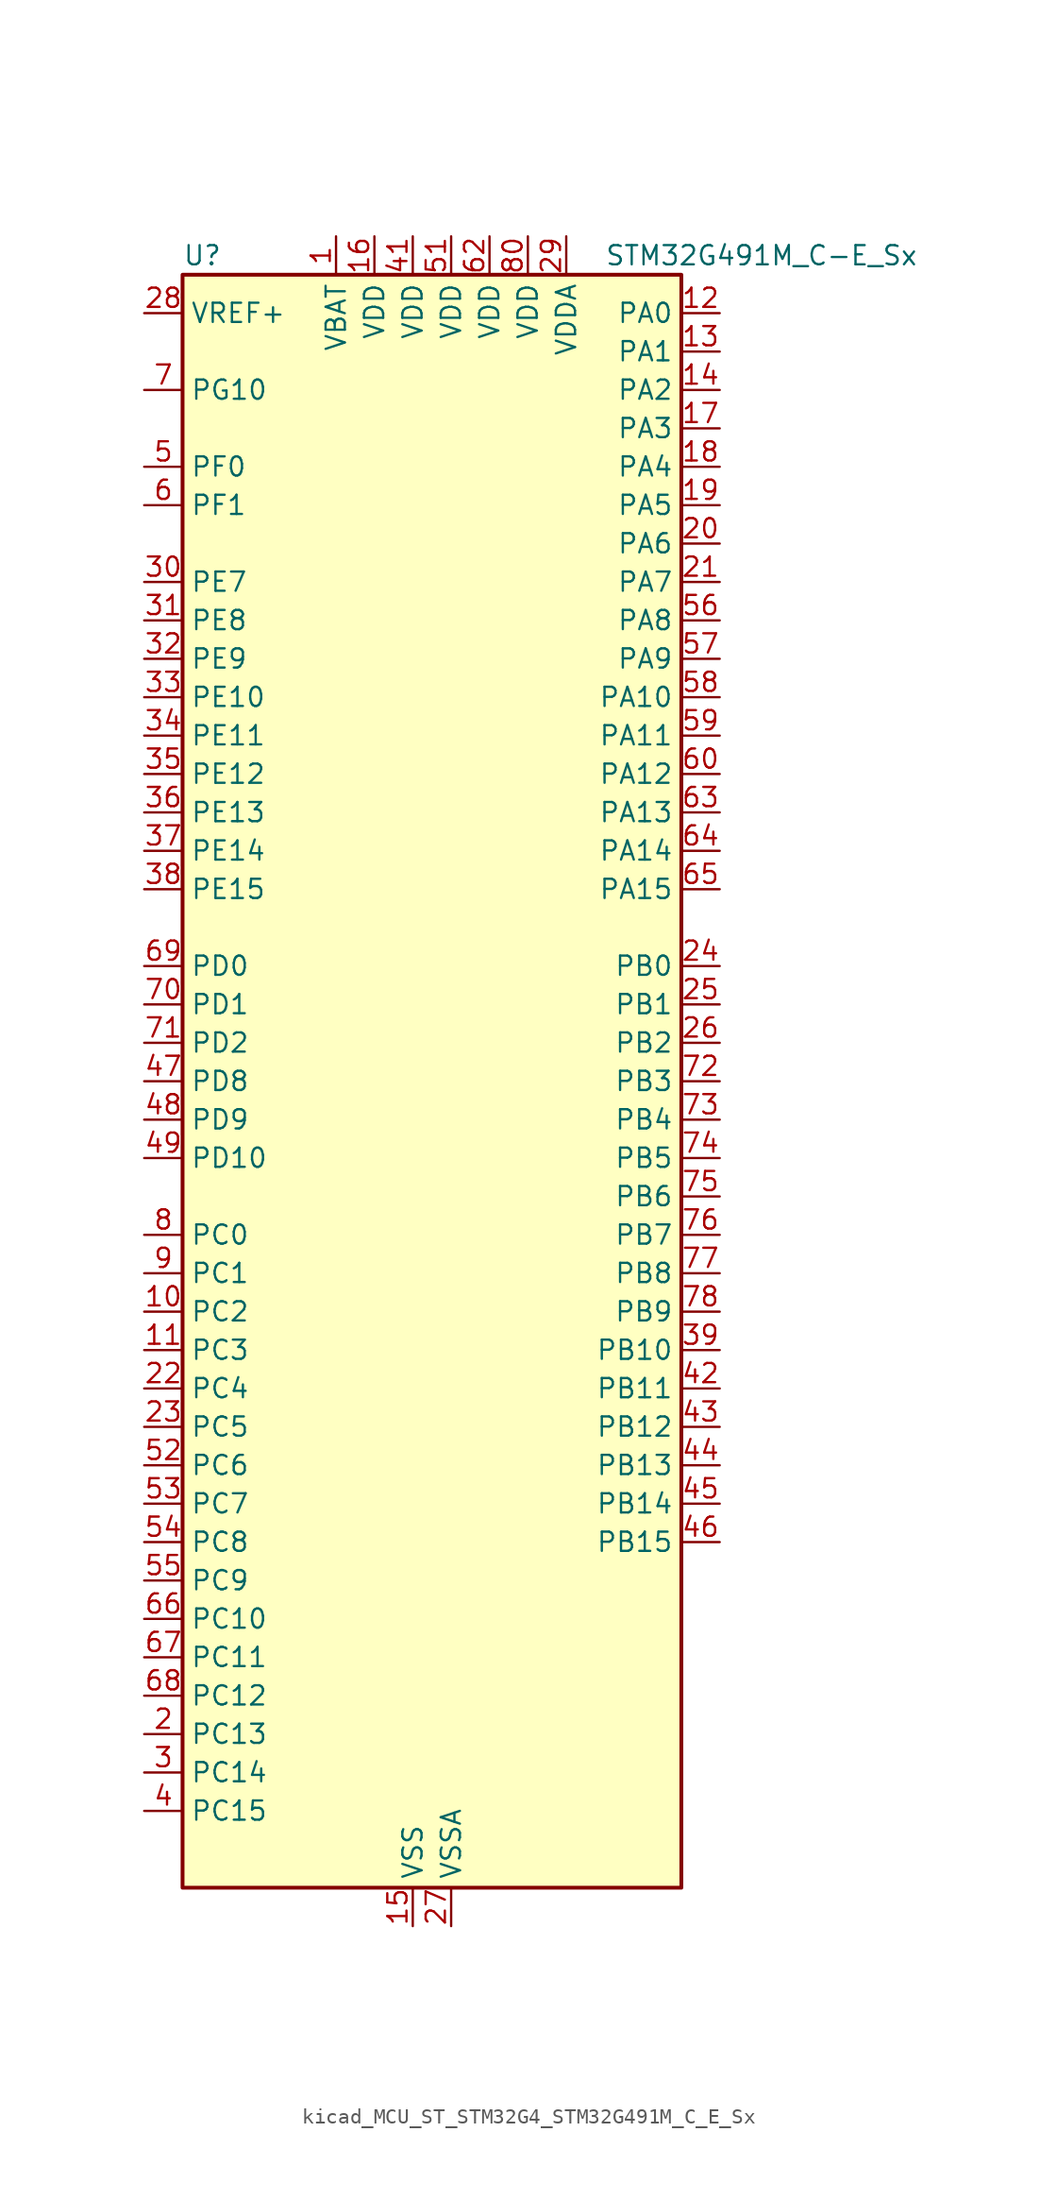
<source format=kicad_sym>
(kicad_symbol_lib
  (version 20220914)
  (generator kicad_symbol_editor)
  (symbol "kicad_MCU_ST_STM32G4_STM32G491M_C_E_Sx"
    (property "Reference" "U"
      (at -15.24 54.61 0)
      (effects (font (size 1.27 1.27)) (justify left)))
    (property "Value" "STM32G491M_C-E_Sx"
      (at 12.7 54.61 0)
      (effects (font (size 1.27 1.27)) (justify left)))
    (property "ki_locked" ""
      (at 0 0 0)
      (effects (font (size 1.27 1.27))))
    (symbol "kicad_MCU_ST_STM32G4_STM32G491M_C_E_Sx_0_1"
      (rectangle (start -15.24 -53.34) (end 17.78 53.34) (stroke (width 0.254) (type default)) (fill (type background))))
    (symbol "kicad_MCU_ST_STM32G4_STM32G491M_C_E_Sx_1_1"
      (pin power_in line (at -5.08 55.88 270) (length 2.54) (name "VBAT" (effects (font (size 1.27 1.27)))) (number "1" (effects (font (size 1.27 1.27)))))
      (pin bidirectional line (at -17.78 -15.24 0) (length 2.54) (name "PC2" (effects (font (size 1.27 1.27)))) (number "10" (effects (font (size 1.27 1.27)))) (alternate "ADC1_IN8" bidirectional line) (alternate "ADC2_IN8" bidirectional line) (alternate "ADC3_EXTI2" bidirectional line) (alternate "COMP3_OUT" bidirectional line) (alternate "LPTIM1_IN2" bidirectional line) (alternate "QUADSPI1_BK2_IO1" bidirectional line) (alternate "TIM1_CH3" bidirectional line) (alternate "TIM20_CH2" bidirectional line))
      (pin bidirectional line (at -17.78 -17.78 0) (length 2.54) (name "PC3" (effects (font (size 1.27 1.27)))) (number "11" (effects (font (size 1.27 1.27)))) (alternate "ADC1_IN9" bidirectional line) (alternate "ADC2_IN9" bidirectional line) (alternate "ADC3_EXTI3" bidirectional line) (alternate "LPTIM1_ETR" bidirectional line) (alternate "QUADSPI1_BK2_IO2" bidirectional line) (alternate "SAI1_D1" bidirectional line) (alternate "SAI1_SD_A" bidirectional line) (alternate "TIM1_BKIN2" bidirectional line) (alternate "TIM1_CH4" bidirectional line))
      (pin bidirectional line (at 20.32 50.8 180) (length 2.54) (name "PA0" (effects (font (size 1.27 1.27)))) (number "12" (effects (font (size 1.27 1.27)))) (alternate "ADC1_IN1" bidirectional line) (alternate "ADC2_IN1" bidirectional line) (alternate "COMP1_INM" bidirectional line) (alternate "COMP1_OUT" bidirectional line) (alternate "COMP3_INP" bidirectional line) (alternate "RTC_TAMP2" bidirectional line) (alternate "SYS_WKUP1" bidirectional line) (alternate "TIM2_CH1" bidirectional line) (alternate "TIM2_ETR" bidirectional line) (alternate "TIM8_BKIN" bidirectional line) (alternate "TIM8_ETR" bidirectional line) (alternate "USART2_CTS" bidirectional line) (alternate "USART2_NSS" bidirectional line))
      (pin bidirectional line (at 20.32 48.26 180) (length 2.54) (name "PA1" (effects (font (size 1.27 1.27)))) (number "13" (effects (font (size 1.27 1.27)))) (alternate "ADC1_IN2" bidirectional line) (alternate "ADC2_IN2" bidirectional line) (alternate "COMP1_INP" bidirectional line) (alternate "OPAMP1_VINP" bidirectional line) (alternate "OPAMP1_VINP_SEC" bidirectional line) (alternate "OPAMP3_VINP" bidirectional line) (alternate "OPAMP3_VINP_SEC" bidirectional line) (alternate "OPAMP6_VINM" bidirectional line) (alternate "OPAMP6_VINM0" bidirectional line) (alternate "OPAMP6_VINM_SEC" bidirectional line) (alternate "RTC_REFIN" bidirectional line) (alternate "TIM15_CH1N" bidirectional line) (alternate "TIM2_CH2" bidirectional line) (alternate "USART2_DE" bidirectional line) (alternate "USART2_RTS" bidirectional line))
      (pin bidirectional line (at 20.32 45.72 180) (length 2.54) (name "PA2" (effects (font (size 1.27 1.27)))) (number "14" (effects (font (size 1.27 1.27)))) (alternate "ADC1_IN3" bidirectional line) (alternate "ADC3_EXTI2" bidirectional line) (alternate "COMP2_INM" bidirectional line) (alternate "COMP2_OUT" bidirectional line) (alternate "LPUART1_TX" bidirectional line) (alternate "OPAMP1_VOUT" bidirectional line) (alternate "QUADSPI1_BK1_NCS" bidirectional line) (alternate "RCC_LSCO" bidirectional line) (alternate "SYS_WKUP4" bidirectional line) (alternate "TIM15_CH1" bidirectional line) (alternate "TIM2_CH3" bidirectional line) (alternate "UCPD1_FRSTX1" bidirectional line) (alternate "UCPD1_FRSTX2" bidirectional line) (alternate "USART2_TX" bidirectional line))
      (pin power_in line (at 0 -55.88 90) (length 2.54) (name "VSS" (effects (font (size 1.27 1.27)))) (number "15" (effects (font (size 1.27 1.27)))))
      (pin power_in line (at -2.54 55.88 270) (length 2.54) (name "VDD" (effects (font (size 1.27 1.27)))) (number "16" (effects (font (size 1.27 1.27)))))
      (pin bidirectional line (at 20.32 43.18 180) (length 2.54) (name "PA3" (effects (font (size 1.27 1.27)))) (number "17" (effects (font (size 1.27 1.27)))) (alternate "ADC1_IN4" bidirectional line) (alternate "ADC3_EXTI3" bidirectional line) (alternate "COMP2_INP" bidirectional line) (alternate "LPUART1_RX" bidirectional line) (alternate "OPAMP1_VINM" bidirectional line) (alternate "OPAMP1_VINM0" bidirectional line) (alternate "OPAMP1_VINM_SEC" bidirectional line) (alternate "OPAMP1_VINP" bidirectional line) (alternate "OPAMP1_VINP_SEC" bidirectional line) (alternate "QUADSPI1_CLK" bidirectional line) (alternate "SAI1_CK1" bidirectional line) (alternate "SAI1_MCLK_A" bidirectional line) (alternate "TIM15_CH2" bidirectional line) (alternate "TIM2_CH4" bidirectional line) (alternate "USART2_RX" bidirectional line))
      (pin bidirectional line (at 20.32 40.64 180) (length 2.54) (name "PA4" (effects (font (size 1.27 1.27)))) (number "18" (effects (font (size 1.27 1.27)))) (alternate "ADC2_IN17" bidirectional line) (alternate "COMP1_INM" bidirectional line) (alternate "DAC1_OUT1" bidirectional line) (alternate "I2S3_WS" bidirectional line) (alternate "SAI1_FS_B" bidirectional line) (alternate "SPI1_NSS" bidirectional line) (alternate "SPI3_NSS" bidirectional line) (alternate "TIM3_CH2" bidirectional line) (alternate "USART2_CK" bidirectional line))
      (pin bidirectional line (at 20.32 38.1 180) (length 2.54) (name "PA5" (effects (font (size 1.27 1.27)))) (number "19" (effects (font (size 1.27 1.27)))) (alternate "ADC2_IN13" bidirectional line) (alternate "COMP2_INM" bidirectional line) (alternate "DAC1_OUT2" bidirectional line) (alternate "OPAMP2_VINM" bidirectional line) (alternate "OPAMP2_VINM0" bidirectional line) (alternate "OPAMP2_VINM_SEC" bidirectional line) (alternate "SPI1_SCK" bidirectional line) (alternate "TIM2_CH1" bidirectional line) (alternate "TIM2_ETR" bidirectional line) (alternate "UCPD1_FRSTX1" bidirectional line) (alternate "UCPD1_FRSTX2" bidirectional line))
      (pin bidirectional line (at -17.78 -43.18 0) (length 2.54) (name "PC13" (effects (font (size 1.27 1.27)))) (number "2" (effects (font (size 1.27 1.27)))) (alternate "RTC_OUT1" bidirectional line) (alternate "RTC_TAMP1" bidirectional line) (alternate "RTC_TS" bidirectional line) (alternate "SYS_WKUP2" bidirectional line) (alternate "TIM1_BKIN" bidirectional line) (alternate "TIM1_CH1N" bidirectional line) (alternate "TIM8_CH4N" bidirectional line))
      (pin bidirectional line (at 20.32 35.56 180) (length 2.54) (name "PA6" (effects (font (size 1.27 1.27)))) (number "20" (effects (font (size 1.27 1.27)))) (alternate "ADC2_IN3" bidirectional line) (alternate "COMP1_OUT" bidirectional line) (alternate "LPUART1_CTS" bidirectional line) (alternate "OPAMP2_VOUT" bidirectional line) (alternate "QUADSPI1_BK1_IO3" bidirectional line) (alternate "SPI1_MISO" bidirectional line) (alternate "TIM16_CH1" bidirectional line) (alternate "TIM1_BKIN" bidirectional line) (alternate "TIM3_CH1" bidirectional line) (alternate "TIM8_BKIN" bidirectional line))
      (pin bidirectional line (at 20.32 33.02 180) (length 2.54) (name "PA7" (effects (font (size 1.27 1.27)))) (number "21" (effects (font (size 1.27 1.27)))) (alternate "ADC2_IN4" bidirectional line) (alternate "COMP2_INP" bidirectional line) (alternate "COMP2_OUT" bidirectional line) (alternate "OPAMP1_VINP" bidirectional line) (alternate "OPAMP1_VINP_SEC" bidirectional line) (alternate "OPAMP2_VINP" bidirectional line) (alternate "OPAMP2_VINP_SEC" bidirectional line) (alternate "QUADSPI1_BK1_IO2" bidirectional line) (alternate "SPI1_MOSI" bidirectional line) (alternate "TIM17_CH1" bidirectional line) (alternate "TIM1_CH1N" bidirectional line) (alternate "TIM3_CH2" bidirectional line) (alternate "TIM8_CH1N" bidirectional line) (alternate "UCPD1_FRSTX1" bidirectional line) (alternate "UCPD1_FRSTX2" bidirectional line))
      (pin bidirectional line (at -17.78 -20.32 0) (length 2.54) (name "PC4" (effects (font (size 1.27 1.27)))) (number "22" (effects (font (size 1.27 1.27)))) (alternate "ADC2_IN5" bidirectional line) (alternate "I2C2_SCL" bidirectional line) (alternate "QUADSPI1_BK2_IO3" bidirectional line) (alternate "TIM1_ETR" bidirectional line) (alternate "USART1_TX" bidirectional line))
      (pin bidirectional line (at -17.78 -22.86 0) (length 2.54) (name "PC5" (effects (font (size 1.27 1.27)))) (number "23" (effects (font (size 1.27 1.27)))) (alternate "ADC2_IN11" bidirectional line) (alternate "OPAMP1_VINM" bidirectional line) (alternate "OPAMP1_VINM1" bidirectional line) (alternate "OPAMP1_VINM_SEC" bidirectional line) (alternate "OPAMP2_VINM" bidirectional line) (alternate "OPAMP2_VINM1" bidirectional line) (alternate "OPAMP2_VINM_SEC" bidirectional line) (alternate "SAI1_D3" bidirectional line) (alternate "SYS_WKUP5" bidirectional line) (alternate "TIM15_BKIN" bidirectional line) (alternate "TIM1_CH4N" bidirectional line) (alternate "USART1_RX" bidirectional line))
      (pin bidirectional line (at 20.32 7.62 180) (length 2.54) (name "PB0" (effects (font (size 1.27 1.27)))) (number "24" (effects (font (size 1.27 1.27)))) (alternate "ADC1_IN15" bidirectional line) (alternate "ADC3_IN12" bidirectional line) (alternate "COMP4_INP" bidirectional line) (alternate "OPAMP2_VINP" bidirectional line) (alternate "OPAMP2_VINP_SEC" bidirectional line) (alternate "OPAMP3_VINP" bidirectional line) (alternate "OPAMP3_VINP_SEC" bidirectional line) (alternate "QUADSPI1_BK1_IO1" bidirectional line) (alternate "TIM1_CH2N" bidirectional line) (alternate "TIM3_CH3" bidirectional line) (alternate "TIM8_CH2N" bidirectional line) (alternate "UCPD1_FRSTX1" bidirectional line) (alternate "UCPD1_FRSTX2" bidirectional line))
      (pin bidirectional line (at 20.32 5.08 180) (length 2.54) (name "PB1" (effects (font (size 1.27 1.27)))) (number "25" (effects (font (size 1.27 1.27)))) (alternate "ADC1_IN12" bidirectional line) (alternate "ADC3_IN1" bidirectional line) (alternate "COMP1_INP" bidirectional line) (alternate "COMP4_OUT" bidirectional line) (alternate "LPUART1_DE" bidirectional line) (alternate "LPUART1_RTS" bidirectional line) (alternate "OPAMP3_VOUT" bidirectional line) (alternate "OPAMP6_VINM" bidirectional line) (alternate "OPAMP6_VINM1" bidirectional line) (alternate "OPAMP6_VINM_SEC" bidirectional line) (alternate "QUADSPI1_BK1_IO0" bidirectional line) (alternate "TIM1_CH3N" bidirectional line) (alternate "TIM3_CH4" bidirectional line) (alternate "TIM8_CH3N" bidirectional line))
      (pin bidirectional line (at 20.32 2.54 180) (length 2.54) (name "PB2" (effects (font (size 1.27 1.27)))) (number "26" (effects (font (size 1.27 1.27)))) (alternate "ADC2_IN12" bidirectional line) (alternate "ADC3_EXTI2" bidirectional line) (alternate "COMP4_INM" bidirectional line) (alternate "I2C3_SMBA" bidirectional line) (alternate "LPTIM1_OUT" bidirectional line) (alternate "OPAMP3_VINM" bidirectional line) (alternate "OPAMP3_VINM0" bidirectional line) (alternate "OPAMP3_VINM_SEC" bidirectional line) (alternate "QUADSPI1_BK2_IO1" bidirectional line) (alternate "RTC_OUT2" bidirectional line) (alternate "TIM20_CH1" bidirectional line))
      (pin power_in line (at 2.54 -55.88 90) (length 2.54) (name "VSSA" (effects (font (size 1.27 1.27)))) (number "27" (effects (font (size 1.27 1.27)))))
      (pin input line (at -17.78 50.8 0) (length 2.54) (name "VREF+" (effects (font (size 1.27 1.27)))) (number "28" (effects (font (size 1.27 1.27)))) (alternate "VREFBUF_OUT" bidirectional line))
      (pin power_in line (at 10.16 55.88 270) (length 2.54) (name "VDDA" (effects (font (size 1.27 1.27)))) (number "29" (effects (font (size 1.27 1.27)))))
      (pin bidirectional line (at -17.78 -45.72 0) (length 2.54) (name "PC14" (effects (font (size 1.27 1.27)))) (number "3" (effects (font (size 1.27 1.27)))) (alternate "RCC_OSC32_IN" bidirectional line))
      (pin bidirectional line (at -17.78 33.02 0) (length 2.54) (name "PE7" (effects (font (size 1.27 1.27)))) (number "30" (effects (font (size 1.27 1.27)))) (alternate "ADC3_IN4" bidirectional line) (alternate "COMP4_INP" bidirectional line) (alternate "SAI1_SD_B" bidirectional line) (alternate "TIM1_ETR" bidirectional line))
      (pin bidirectional line (at -17.78 30.48 0) (length 2.54) (name "PE8" (effects (font (size 1.27 1.27)))) (number "31" (effects (font (size 1.27 1.27)))) (alternate "ADC3_IN6" bidirectional line) (alternate "COMP4_INM" bidirectional line) (alternate "SAI1_SCK_B" bidirectional line) (alternate "TIM1_CH1N" bidirectional line))
      (pin bidirectional line (at -17.78 27.94 0) (length 2.54) (name "PE9" (effects (font (size 1.27 1.27)))) (number "32" (effects (font (size 1.27 1.27)))) (alternate "ADC3_IN2" bidirectional line) (alternate "DAC1_EXTI9" bidirectional line) (alternate "DAC3_EXTI9" bidirectional line) (alternate "SAI1_FS_B" bidirectional line) (alternate "TIM1_CH1" bidirectional line))
      (pin bidirectional line (at -17.78 25.4 0) (length 2.54) (name "PE10" (effects (font (size 1.27 1.27)))) (number "33" (effects (font (size 1.27 1.27)))) (alternate "ADC3_IN14" bidirectional line) (alternate "DAC1_EXTI10" bidirectional line) (alternate "DAC3_EXTI10" bidirectional line) (alternate "QUADSPI1_CLK" bidirectional line) (alternate "SAI1_MCLK_B" bidirectional line) (alternate "TIM1_CH2N" bidirectional line))
      (pin bidirectional line (at -17.78 22.86 0) (length 2.54) (name "PE11" (effects (font (size 1.27 1.27)))) (number "34" (effects (font (size 1.27 1.27)))) (alternate "ADC1_EXTI11" bidirectional line) (alternate "ADC2_EXTI11" bidirectional line) (alternate "ADC3_IN15" bidirectional line) (alternate "QUADSPI1_BK1_NCS" bidirectional line) (alternate "TIM1_CH2" bidirectional line))
      (pin bidirectional line (at -17.78 20.32 0) (length 2.54) (name "PE12" (effects (font (size 1.27 1.27)))) (number "35" (effects (font (size 1.27 1.27)))) (alternate "ADC3_IN16" bidirectional line) (alternate "QUADSPI1_BK1_IO0" bidirectional line) (alternate "TIM1_CH3N" bidirectional line))
      (pin bidirectional line (at -17.78 17.78 0) (length 2.54) (name "PE13" (effects (font (size 1.27 1.27)))) (number "36" (effects (font (size 1.27 1.27)))) (alternate "ADC3_IN3" bidirectional line) (alternate "QUADSPI1_BK1_IO1" bidirectional line) (alternate "TIM1_CH3" bidirectional line))
      (pin bidirectional line (at -17.78 15.24 0) (length 2.54) (name "PE14" (effects (font (size 1.27 1.27)))) (number "37" (effects (font (size 1.27 1.27)))) (alternate "QUADSPI1_BK1_IO2" bidirectional line) (alternate "TIM1_BKIN2" bidirectional line) (alternate "TIM1_CH4" bidirectional line))
      (pin bidirectional line (at -17.78 12.7 0) (length 2.54) (name "PE15" (effects (font (size 1.27 1.27)))) (number "38" (effects (font (size 1.27 1.27)))) (alternate "ADC1_EXTI15" bidirectional line) (alternate "ADC2_EXTI15" bidirectional line) (alternate "QUADSPI1_BK1_IO3" bidirectional line) (alternate "TIM1_BKIN" bidirectional line) (alternate "TIM1_CH4N" bidirectional line) (alternate "USART3_RX" bidirectional line))
      (pin bidirectional line (at 20.32 -17.78 180) (length 2.54) (name "PB10" (effects (font (size 1.27 1.27)))) (number "39" (effects (font (size 1.27 1.27)))) (alternate "DAC1_EXTI10" bidirectional line) (alternate "DAC3_EXTI10" bidirectional line) (alternate "LPUART1_RX" bidirectional line) (alternate "OPAMP3_VINM" bidirectional line) (alternate "OPAMP3_VINM1" bidirectional line) (alternate "OPAMP3_VINM_SEC" bidirectional line) (alternate "QUADSPI1_CLK" bidirectional line) (alternate "SAI1_SCK_A" bidirectional line) (alternate "TIM1_BKIN" bidirectional line) (alternate "TIM2_CH3" bidirectional line) (alternate "USART3_TX" bidirectional line))
      (pin bidirectional line (at -17.78 -48.26 0) (length 2.54) (name "PC15" (effects (font (size 1.27 1.27)))) (number "4" (effects (font (size 1.27 1.27)))) (alternate "ADC1_EXTI15" bidirectional line) (alternate "ADC2_EXTI15" bidirectional line) (alternate "RCC_OSC32_OUT" bidirectional line))
      (pin passive line (at 0 -55.88 90) (length 2.54) hide (name "VSS" (effects (font (size 1.27 1.27)))) (number "40" (effects (font (size 1.27 1.27)))))
      (pin power_in line (at 0 55.88 270) (length 2.54) (name "VDD" (effects (font (size 1.27 1.27)))) (number "41" (effects (font (size 1.27 1.27)))))
      (pin bidirectional line (at 20.32 -20.32 180) (length 2.54) (name "PB11" (effects (font (size 1.27 1.27)))) (number "42" (effects (font (size 1.27 1.27)))) (alternate "ADC1_EXTI11" bidirectional line) (alternate "ADC1_IN14" bidirectional line) (alternate "ADC2_EXTI11" bidirectional line) (alternate "ADC2_IN14" bidirectional line) (alternate "LPUART1_TX" bidirectional line) (alternate "OPAMP6_VOUT" bidirectional line) (alternate "QUADSPI1_BK1_NCS" bidirectional line) (alternate "TIM2_CH4" bidirectional line) (alternate "USART3_RX" bidirectional line))
      (pin bidirectional line (at 20.32 -22.86 180) (length 2.54) (name "PB12" (effects (font (size 1.27 1.27)))) (number "43" (effects (font (size 1.27 1.27)))) (alternate "ADC1_IN11" bidirectional line) (alternate "FDCAN2_RX" bidirectional line) (alternate "I2C2_SMBA" bidirectional line) (alternate "I2S2_WS" bidirectional line) (alternate "LPUART1_DE" bidirectional line) (alternate "LPUART1_RTS" bidirectional line) (alternate "OPAMP6_VINP" bidirectional line) (alternate "OPAMP6_VINP_SEC" bidirectional line) (alternate "SPI2_NSS" bidirectional line) (alternate "TIM1_BKIN" bidirectional line) (alternate "USART3_CK" bidirectional line))
      (pin bidirectional line (at 20.32 -25.4 180) (length 2.54) (name "PB13" (effects (font (size 1.27 1.27)))) (number "44" (effects (font (size 1.27 1.27)))) (alternate "ADC3_IN5" bidirectional line) (alternate "FDCAN2_TX" bidirectional line) (alternate "I2S2_CK" bidirectional line) (alternate "LPUART1_CTS" bidirectional line) (alternate "OPAMP3_VINP" bidirectional line) (alternate "OPAMP3_VINP_SEC" bidirectional line) (alternate "OPAMP6_VINP" bidirectional line) (alternate "OPAMP6_VINP_SEC" bidirectional line) (alternate "SPI2_SCK" bidirectional line) (alternate "TIM1_CH1N" bidirectional line) (alternate "USART3_CTS" bidirectional line) (alternate "USART3_NSS" bidirectional line))
      (pin bidirectional line (at 20.32 -27.94 180) (length 2.54) (name "PB14" (effects (font (size 1.27 1.27)))) (number "45" (effects (font (size 1.27 1.27)))) (alternate "ADC1_IN5" bidirectional line) (alternate "COMP4_OUT" bidirectional line) (alternate "OPAMP2_VINP" bidirectional line) (alternate "OPAMP2_VINP_SEC" bidirectional line) (alternate "SPI2_MISO" bidirectional line) (alternate "TIM15_CH1" bidirectional line) (alternate "TIM1_CH2N" bidirectional line) (alternate "USART3_DE" bidirectional line) (alternate "USART3_RTS" bidirectional line))
      (pin bidirectional line (at 20.32 -30.48 180) (length 2.54) (name "PB15" (effects (font (size 1.27 1.27)))) (number "46" (effects (font (size 1.27 1.27)))) (alternate "ADC1_EXTI15" bidirectional line) (alternate "ADC2_EXTI15" bidirectional line) (alternate "ADC2_IN15" bidirectional line) (alternate "COMP3_OUT" bidirectional line) (alternate "I2S2_SD" bidirectional line) (alternate "RTC_REFIN" bidirectional line) (alternate "SPI2_MOSI" bidirectional line) (alternate "TIM15_CH1N" bidirectional line) (alternate "TIM15_CH2" bidirectional line) (alternate "TIM1_CH3N" bidirectional line))
      (pin bidirectional line (at -17.78 0 0) (length 2.54) (name "PD8" (effects (font (size 1.27 1.27)))) (number "47" (effects (font (size 1.27 1.27)))) (alternate "USART3_TX" bidirectional line))
      (pin bidirectional line (at -17.78 -2.54 0) (length 2.54) (name "PD9" (effects (font (size 1.27 1.27)))) (number "48" (effects (font (size 1.27 1.27)))) (alternate "DAC1_EXTI9" bidirectional line) (alternate "DAC3_EXTI9" bidirectional line) (alternate "OPAMP6_VINP" bidirectional line) (alternate "OPAMP6_VINP_SEC" bidirectional line) (alternate "USART3_RX" bidirectional line))
      (pin bidirectional line (at -17.78 -5.08 0) (length 2.54) (name "PD10" (effects (font (size 1.27 1.27)))) (number "49" (effects (font (size 1.27 1.27)))) (alternate "ADC3_IN7" bidirectional line) (alternate "DAC1_EXTI10" bidirectional line) (alternate "DAC3_EXTI10" bidirectional line) (alternate "USART3_CK" bidirectional line))
      (pin bidirectional line (at -17.78 40.64 0) (length 2.54) (name "PF0" (effects (font (size 1.27 1.27)))) (number "5" (effects (font (size 1.27 1.27)))) (alternate "ADC1_IN10" bidirectional line) (alternate "I2C2_SDA" bidirectional line) (alternate "I2S2_WS" bidirectional line) (alternate "RCC_OSC_IN" bidirectional line) (alternate "SPI2_NSS" bidirectional line) (alternate "TIM1_CH3N" bidirectional line))
      (pin passive line (at 0 -55.88 90) (length 2.54) hide (name "VSS" (effects (font (size 1.27 1.27)))) (number "50" (effects (font (size 1.27 1.27)))))
      (pin power_in line (at 2.54 55.88 270) (length 2.54) (name "VDD" (effects (font (size 1.27 1.27)))) (number "51" (effects (font (size 1.27 1.27)))))
      (pin bidirectional line (at -17.78 -25.4 0) (length 2.54) (name "PC6" (effects (font (size 1.27 1.27)))) (number "52" (effects (font (size 1.27 1.27)))) (alternate "I2S2_MCK" bidirectional line) (alternate "TIM3_CH1" bidirectional line) (alternate "TIM8_CH1" bidirectional line))
      (pin bidirectional line (at -17.78 -27.94 0) (length 2.54) (name "PC7" (effects (font (size 1.27 1.27)))) (number "53" (effects (font (size 1.27 1.27)))) (alternate "I2S3_MCK" bidirectional line) (alternate "TIM3_CH2" bidirectional line) (alternate "TIM8_CH2" bidirectional line))
      (pin bidirectional line (at -17.78 -30.48 0) (length 2.54) (name "PC8" (effects (font (size 1.27 1.27)))) (number "54" (effects (font (size 1.27 1.27)))) (alternate "I2C3_SCL" bidirectional line) (alternate "TIM20_CH3" bidirectional line) (alternate "TIM3_CH3" bidirectional line) (alternate "TIM8_CH3" bidirectional line))
      (pin bidirectional line (at -17.78 -33.02 0) (length 2.54) (name "PC9" (effects (font (size 1.27 1.27)))) (number "55" (effects (font (size 1.27 1.27)))) (alternate "DAC1_EXTI9" bidirectional line) (alternate "DAC3_EXTI9" bidirectional line) (alternate "I2C3_SDA" bidirectional line) (alternate "I2S_CKIN" bidirectional line) (alternate "TIM3_CH4" bidirectional line) (alternate "TIM8_BKIN2" bidirectional line) (alternate "TIM8_CH4" bidirectional line))
      (pin bidirectional line (at 20.32 30.48 180) (length 2.54) (name "PA8" (effects (font (size 1.27 1.27)))) (number "56" (effects (font (size 1.27 1.27)))) (alternate "I2C2_SDA" bidirectional line) (alternate "I2C3_SCL" bidirectional line) (alternate "I2S2_MCK" bidirectional line) (alternate "RCC_MCO" bidirectional line) (alternate "SAI1_CK2" bidirectional line) (alternate "SAI1_SCK_A" bidirectional line) (alternate "TIM1_CH1" bidirectional line) (alternate "TIM4_ETR" bidirectional line) (alternate "USART1_CK" bidirectional line))
      (pin bidirectional line (at 20.32 27.94 180) (length 2.54) (name "PA9" (effects (font (size 1.27 1.27)))) (number "57" (effects (font (size 1.27 1.27)))) (alternate "DAC1_EXTI9" bidirectional line) (alternate "DAC3_EXTI9" bidirectional line) (alternate "I2C2_SCL" bidirectional line) (alternate "I2C3_SMBA" bidirectional line) (alternate "I2S3_MCK" bidirectional line) (alternate "SAI1_FS_A" bidirectional line) (alternate "TIM15_BKIN" bidirectional line) (alternate "TIM1_CH2" bidirectional line) (alternate "TIM2_CH3" bidirectional line) (alternate "UCPD1_DBCC1" bidirectional line) (alternate "USART1_TX" bidirectional line))
      (pin bidirectional line (at 20.32 25.4 180) (length 2.54) (name "PA10" (effects (font (size 1.27 1.27)))) (number "58" (effects (font (size 1.27 1.27)))) (alternate "CRS_SYNC" bidirectional line) (alternate "DAC1_EXTI10" bidirectional line) (alternate "DAC3_EXTI10" bidirectional line) (alternate "I2C2_SMBA" bidirectional line) (alternate "SAI1_D1" bidirectional line) (alternate "SAI1_SD_A" bidirectional line) (alternate "SPI2_MISO" bidirectional line) (alternate "TIM17_BKIN" bidirectional line) (alternate "TIM1_CH3" bidirectional line) (alternate "TIM2_CH4" bidirectional line) (alternate "TIM8_BKIN" bidirectional line) (alternate "UCPD1_DBCC2" bidirectional line) (alternate "USART1_RX" bidirectional line))
      (pin bidirectional line (at 20.32 22.86 180) (length 2.54) (name "PA11" (effects (font (size 1.27 1.27)))) (number "59" (effects (font (size 1.27 1.27)))) (alternate "ADC1_EXTI11" bidirectional line) (alternate "ADC2_EXTI11" bidirectional line) (alternate "COMP1_OUT" bidirectional line) (alternate "FDCAN1_RX" bidirectional line) (alternate "I2S2_SD" bidirectional line) (alternate "SPI2_MOSI" bidirectional line) (alternate "TIM1_BKIN2" bidirectional line) (alternate "TIM1_CH1N" bidirectional line) (alternate "TIM1_CH4" bidirectional line) (alternate "TIM4_CH1" bidirectional line) (alternate "USART1_CTS" bidirectional line) (alternate "USART1_NSS" bidirectional line) (alternate "USB_DM" bidirectional line))
      (pin bidirectional line (at -17.78 38.1 0) (length 2.54) (name "PF1" (effects (font (size 1.27 1.27)))) (number "6" (effects (font (size 1.27 1.27)))) (alternate "ADC2_IN10" bidirectional line) (alternate "COMP3_INM" bidirectional line) (alternate "I2S2_CK" bidirectional line) (alternate "RCC_OSC_OUT" bidirectional line) (alternate "SPI2_SCK" bidirectional line))
      (pin bidirectional line (at 20.32 20.32 180) (length 2.54) (name "PA12" (effects (font (size 1.27 1.27)))) (number "60" (effects (font (size 1.27 1.27)))) (alternate "COMP2_OUT" bidirectional line) (alternate "FDCAN1_TX" bidirectional line) (alternate "I2S_CKIN" bidirectional line) (alternate "TIM16_CH1" bidirectional line) (alternate "TIM1_CH2N" bidirectional line) (alternate "TIM1_ETR" bidirectional line) (alternate "TIM4_CH2" bidirectional line) (alternate "USART1_DE" bidirectional line) (alternate "USART1_RTS" bidirectional line) (alternate "USB_DP" bidirectional line))
      (pin passive line (at 0 -55.88 90) (length 2.54) hide (name "VSS" (effects (font (size 1.27 1.27)))) (number "61" (effects (font (size 1.27 1.27)))))
      (pin power_in line (at 5.08 55.88 270) (length 2.54) (name "VDD" (effects (font (size 1.27 1.27)))) (number "62" (effects (font (size 1.27 1.27)))))
      (pin bidirectional line (at 20.32 17.78 180) (length 2.54) (name "PA13" (effects (font (size 1.27 1.27)))) (number "63" (effects (font (size 1.27 1.27)))) (alternate "I2C1_SCL" bidirectional line) (alternate "IR_OUT" bidirectional line) (alternate "SAI1_SD_B" bidirectional line) (alternate "SYS_JTMS-SWDIO" bidirectional line) (alternate "TIM16_CH1N" bidirectional line) (alternate "TIM4_CH3" bidirectional line) (alternate "USART3_CTS" bidirectional line) (alternate "USART3_NSS" bidirectional line))
      (pin bidirectional line (at 20.32 15.24 180) (length 2.54) (name "PA14" (effects (font (size 1.27 1.27)))) (number "64" (effects (font (size 1.27 1.27)))) (alternate "I2C1_SDA" bidirectional line) (alternate "LPTIM1_OUT" bidirectional line) (alternate "SAI1_FS_B" bidirectional line) (alternate "SYS_JTCK-SWCLK" bidirectional line) (alternate "TIM1_BKIN" bidirectional line) (alternate "TIM8_CH2" bidirectional line) (alternate "USART2_TX" bidirectional line))
      (pin bidirectional line (at 20.32 12.7 180) (length 2.54) (name "PA15" (effects (font (size 1.27 1.27)))) (number "65" (effects (font (size 1.27 1.27)))) (alternate "ADC1_EXTI15" bidirectional line) (alternate "ADC2_EXTI15" bidirectional line) (alternate "I2C1_SCL" bidirectional line) (alternate "I2S3_WS" bidirectional line) (alternate "SPI1_NSS" bidirectional line) (alternate "SPI3_NSS" bidirectional line) (alternate "SYS_JTDI" bidirectional line) (alternate "TIM1_BKIN" bidirectional line) (alternate "TIM20_ETR" bidirectional line) (alternate "TIM2_CH1" bidirectional line) (alternate "TIM2_ETR" bidirectional line) (alternate "TIM8_CH1" bidirectional line) (alternate "UART4_DE" bidirectional line) (alternate "UART4_RTS" bidirectional line) (alternate "USART2_RX" bidirectional line))
      (pin bidirectional line (at -17.78 -35.56 0) (length 2.54) (name "PC10" (effects (font (size 1.27 1.27)))) (number "66" (effects (font (size 1.27 1.27)))) (alternate "DAC1_EXTI10" bidirectional line) (alternate "DAC3_EXTI10" bidirectional line) (alternate "I2S3_CK" bidirectional line) (alternate "SPI3_SCK" bidirectional line) (alternate "TIM8_CH1N" bidirectional line) (alternate "UART4_TX" bidirectional line) (alternate "USART3_TX" bidirectional line))
      (pin bidirectional line (at -17.78 -38.1 0) (length 2.54) (name "PC11" (effects (font (size 1.27 1.27)))) (number "67" (effects (font (size 1.27 1.27)))) (alternate "ADC1_EXTI11" bidirectional line) (alternate "ADC2_EXTI11" bidirectional line) (alternate "I2C3_SDA" bidirectional line) (alternate "SPI3_MISO" bidirectional line) (alternate "TIM8_CH2N" bidirectional line) (alternate "UART4_RX" bidirectional line) (alternate "USART3_RX" bidirectional line))
      (pin bidirectional line (at -17.78 -40.64 0) (length 2.54) (name "PC12" (effects (font (size 1.27 1.27)))) (number "68" (effects (font (size 1.27 1.27)))) (alternate "I2S3_SD" bidirectional line) (alternate "SPI3_MOSI" bidirectional line) (alternate "TIM8_CH3N" bidirectional line) (alternate "UART5_TX" bidirectional line) (alternate "UCPD1_FRSTX1" bidirectional line) (alternate "UCPD1_FRSTX2" bidirectional line) (alternate "USART3_CK" bidirectional line))
      (pin bidirectional line (at -17.78 7.62 0) (length 2.54) (name "PD0" (effects (font (size 1.27 1.27)))) (number "69" (effects (font (size 1.27 1.27)))) (alternate "FDCAN1_RX" bidirectional line) (alternate "TIM8_CH4N" bidirectional line))
      (pin bidirectional line (at -17.78 45.72 0) (length 2.54) (name "PG10" (effects (font (size 1.27 1.27)))) (number "7" (effects (font (size 1.27 1.27)))) (alternate "DAC1_EXTI10" bidirectional line) (alternate "DAC3_EXTI10" bidirectional line) (alternate "RCC_MCO" bidirectional line))
      (pin bidirectional line (at -17.78 5.08 0) (length 2.54) (name "PD1" (effects (font (size 1.27 1.27)))) (number "70" (effects (font (size 1.27 1.27)))) (alternate "FDCAN1_TX" bidirectional line) (alternate "TIM8_BKIN2" bidirectional line) (alternate "TIM8_CH4" bidirectional line))
      (pin bidirectional line (at -17.78 2.54 0) (length 2.54) (name "PD2" (effects (font (size 1.27 1.27)))) (number "71" (effects (font (size 1.27 1.27)))) (alternate "ADC3_EXTI2" bidirectional line) (alternate "TIM3_ETR" bidirectional line) (alternate "TIM8_BKIN" bidirectional line) (alternate "UART5_RX" bidirectional line))
      (pin bidirectional line (at 20.32 0 180) (length 2.54) (name "PB3" (effects (font (size 1.27 1.27)))) (number "72" (effects (font (size 1.27 1.27)))) (alternate "ADC3_EXTI3" bidirectional line) (alternate "CRS_SYNC" bidirectional line) (alternate "I2S3_CK" bidirectional line) (alternate "SAI1_SCK_B" bidirectional line) (alternate "SPI1_SCK" bidirectional line) (alternate "SPI3_SCK" bidirectional line) (alternate "SYS_JTDO-SWO" bidirectional line) (alternate "TIM2_CH2" bidirectional line) (alternate "TIM3_ETR" bidirectional line) (alternate "TIM4_ETR" bidirectional line) (alternate "TIM8_CH1N" bidirectional line) (alternate "USART2_TX" bidirectional line))
      (pin bidirectional line (at 20.32 -2.54 180) (length 2.54) (name "PB4" (effects (font (size 1.27 1.27)))) (number "73" (effects (font (size 1.27 1.27)))) (alternate "SAI1_MCLK_B" bidirectional line) (alternate "SPI1_MISO" bidirectional line) (alternate "SPI3_MISO" bidirectional line) (alternate "SYS_JTRST" bidirectional line) (alternate "TIM16_CH1" bidirectional line) (alternate "TIM17_BKIN" bidirectional line) (alternate "TIM3_CH1" bidirectional line) (alternate "TIM8_CH2N" bidirectional line) (alternate "UART5_DE" bidirectional line) (alternate "UART5_RTS" bidirectional line) (alternate "UCPD1_CC2" bidirectional line) (alternate "USART2_RX" bidirectional line))
      (pin bidirectional line (at 20.32 -5.08 180) (length 2.54) (name "PB5" (effects (font (size 1.27 1.27)))) (number "74" (effects (font (size 1.27 1.27)))) (alternate "FDCAN2_RX" bidirectional line) (alternate "I2C1_SMBA" bidirectional line) (alternate "I2C3_SDA" bidirectional line) (alternate "I2S3_SD" bidirectional line) (alternate "LPTIM1_IN1" bidirectional line) (alternate "SAI1_SD_B" bidirectional line) (alternate "SPI1_MOSI" bidirectional line) (alternate "SPI3_MOSI" bidirectional line) (alternate "TIM16_BKIN" bidirectional line) (alternate "TIM17_CH1" bidirectional line) (alternate "TIM3_CH2" bidirectional line) (alternate "TIM8_CH3N" bidirectional line) (alternate "UART5_CTS" bidirectional line) (alternate "USART2_CK" bidirectional line))
      (pin bidirectional line (at 20.32 -7.62 180) (length 2.54) (name "PB6" (effects (font (size 1.27 1.27)))) (number "75" (effects (font (size 1.27 1.27)))) (alternate "COMP4_OUT" bidirectional line) (alternate "FDCAN2_TX" bidirectional line) (alternate "LPTIM1_ETR" bidirectional line) (alternate "SAI1_FS_B" bidirectional line) (alternate "TIM16_CH1N" bidirectional line) (alternate "TIM4_CH1" bidirectional line) (alternate "TIM8_BKIN2" bidirectional line) (alternate "TIM8_CH1" bidirectional line) (alternate "TIM8_ETR" bidirectional line) (alternate "UCPD1_CC1" bidirectional line) (alternate "USART1_TX" bidirectional line))
      (pin bidirectional line (at 20.32 -10.16 180) (length 2.54) (name "PB7" (effects (font (size 1.27 1.27)))) (number "76" (effects (font (size 1.27 1.27)))) (alternate "COMP3_OUT" bidirectional line) (alternate "I2C1_SDA" bidirectional line) (alternate "LPTIM1_IN2" bidirectional line) (alternate "SYS_PVD_IN" bidirectional line) (alternate "TIM17_CH1N" bidirectional line) (alternate "TIM3_CH4" bidirectional line) (alternate "TIM4_CH2" bidirectional line) (alternate "TIM8_BKIN" bidirectional line) (alternate "UART4_CTS" bidirectional line) (alternate "USART1_RX" bidirectional line))
      (pin bidirectional line (at 20.32 -12.7 180) (length 2.54) (name "PB8" (effects (font (size 1.27 1.27)))) (number "77" (effects (font (size 1.27 1.27)))) (alternate "COMP1_OUT" bidirectional line) (alternate "FDCAN1_RX" bidirectional line) (alternate "I2C1_SCL" bidirectional line) (alternate "SAI1_CK1" bidirectional line) (alternate "SAI1_MCLK_A" bidirectional line) (alternate "TIM16_CH1" bidirectional line) (alternate "TIM1_BKIN" bidirectional line) (alternate "TIM4_CH3" bidirectional line) (alternate "TIM8_CH2" bidirectional line) (alternate "USART3_RX" bidirectional line))
      (pin bidirectional line (at 20.32 -15.24 180) (length 2.54) (name "PB9" (effects (font (size 1.27 1.27)))) (number "78" (effects (font (size 1.27 1.27)))) (alternate "COMP2_OUT" bidirectional line) (alternate "DAC1_EXTI9" bidirectional line) (alternate "DAC3_EXTI9" bidirectional line) (alternate "FDCAN1_TX" bidirectional line) (alternate "I2C1_SDA" bidirectional line) (alternate "IR_OUT" bidirectional line) (alternate "SAI1_D2" bidirectional line) (alternate "SAI1_FS_A" bidirectional line) (alternate "TIM17_CH1" bidirectional line) (alternate "TIM1_CH3N" bidirectional line) (alternate "TIM4_CH4" bidirectional line) (alternate "TIM8_CH3" bidirectional line) (alternate "USART3_TX" bidirectional line))
      (pin passive line (at 0 -55.88 90) (length 2.54) hide (name "VSS" (effects (font (size 1.27 1.27)))) (number "79" (effects (font (size 1.27 1.27)))))
      (pin bidirectional line (at -17.78 -10.16 0) (length 2.54) (name "PC0" (effects (font (size 1.27 1.27)))) (number "8" (effects (font (size 1.27 1.27)))) (alternate "ADC1_IN6" bidirectional line) (alternate "ADC2_IN6" bidirectional line) (alternate "COMP3_INM" bidirectional line) (alternate "LPTIM1_IN1" bidirectional line) (alternate "LPUART1_RX" bidirectional line) (alternate "TIM1_CH1" bidirectional line))
      (pin power_in line (at 7.62 55.88 270) (length 2.54) (name "VDD" (effects (font (size 1.27 1.27)))) (number "80" (effects (font (size 1.27 1.27)))))
      (pin bidirectional line (at -17.78 -12.7 0) (length 2.54) (name "PC1" (effects (font (size 1.27 1.27)))) (number "9" (effects (font (size 1.27 1.27)))) (alternate "ADC1_IN7" bidirectional line) (alternate "ADC2_IN7" bidirectional line) (alternate "COMP3_INP" bidirectional line) (alternate "LPTIM1_OUT" bidirectional line) (alternate "LPUART1_TX" bidirectional line) (alternate "QUADSPI1_BK2_IO0" bidirectional line) (alternate "SAI1_SD_A" bidirectional line) (alternate "TIM1_CH2" bidirectional line)))))
</source>
